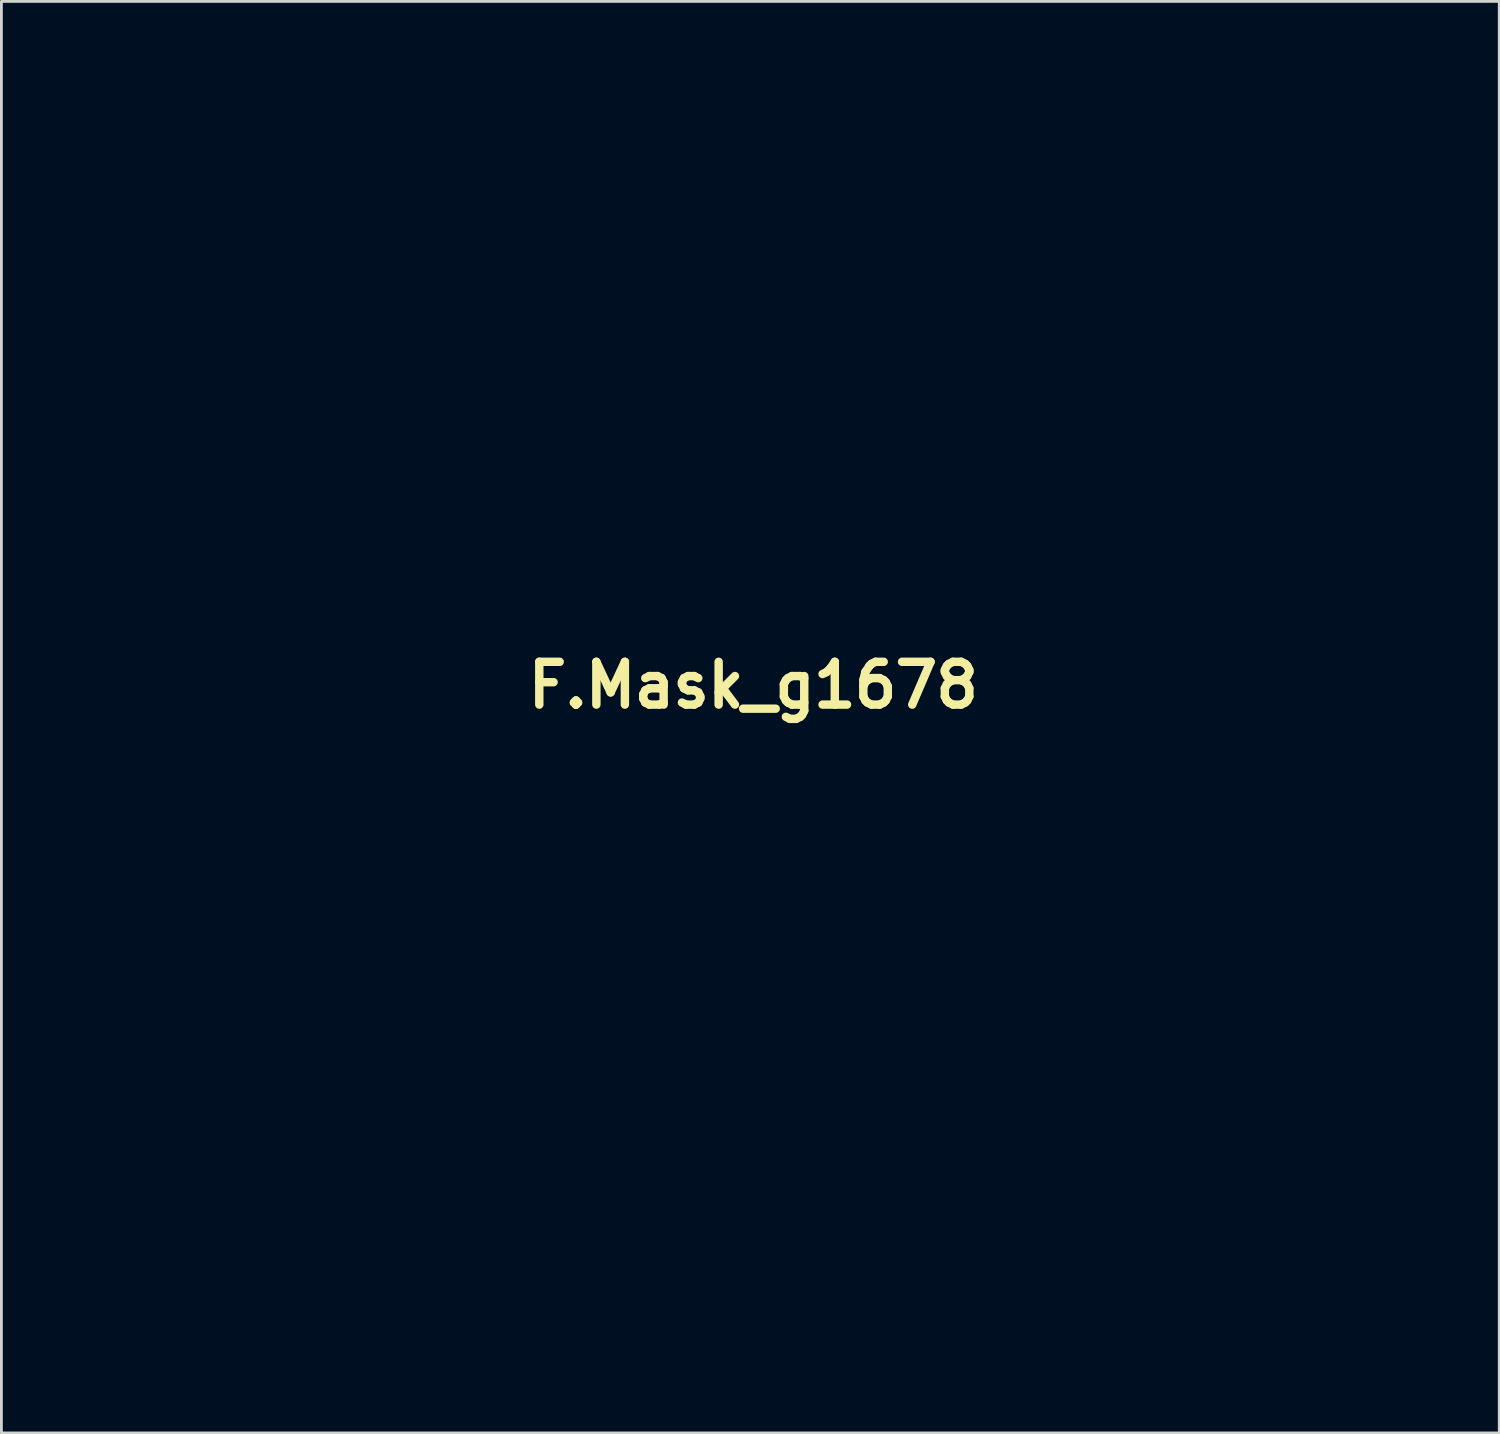
<source format=kicad_pcb>
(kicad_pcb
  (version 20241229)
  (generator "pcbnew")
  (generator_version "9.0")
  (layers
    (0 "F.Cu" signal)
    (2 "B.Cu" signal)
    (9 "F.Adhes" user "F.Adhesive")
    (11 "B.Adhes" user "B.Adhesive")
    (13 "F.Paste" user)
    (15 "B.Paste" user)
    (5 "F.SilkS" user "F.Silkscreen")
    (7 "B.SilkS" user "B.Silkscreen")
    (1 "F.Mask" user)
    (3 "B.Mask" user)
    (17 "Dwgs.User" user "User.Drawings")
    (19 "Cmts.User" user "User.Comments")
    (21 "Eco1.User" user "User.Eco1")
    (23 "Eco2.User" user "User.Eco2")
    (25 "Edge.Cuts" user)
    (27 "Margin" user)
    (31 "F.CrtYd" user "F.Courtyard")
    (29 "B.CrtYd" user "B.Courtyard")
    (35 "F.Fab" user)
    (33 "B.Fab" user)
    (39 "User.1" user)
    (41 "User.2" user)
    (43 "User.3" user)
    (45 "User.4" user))
  (footprint "F.Mask_g1678"
    (layer "F.Cu")
    (at 23.775 21.352)
    (property "Reference" "F.Mask_g1678" (at 0 0 0) (layer "F.SilkS") (effects (font (size 1.524 1.524) (thickness 0.3))))
    (attr through_hole)
    (fp_poly (pts (xy -23.422 -5.334) (xy -23.397 -5.272) (xy -23.375 -5.17) (xy -23.357 -5.03) (xy -23.343 -4.852) (xy -23.333 -4.637) (xy -23.332 -4.614) (xy -23.328 -4.406) (xy -23.33 -4.232) (xy -23.34 -4.088) (xy -23.357 -3.966) (xy -23.383 -3.859) (xy -23.419 -3.762) (xy -23.442 -3.712) (xy -23.486 -3.633) (xy -23.542 -3.551) (xy -23.602 -3.473) (xy -23.66 -3.407) (xy -23.71 -3.362) (xy -23.745 -3.344) (xy -23.745 -3.344) (xy -23.766 -3.362) (xy -23.77 -3.384) (xy -23.763 -3.429) (xy -23.746 -3.491) (xy -23.74 -3.51) (xy -23.716 -3.595) (xy -23.69 -3.72) (xy -23.663 -3.88) (xy -23.636 -4.073) (xy -23.608 -4.295) (xy -23.581 -4.543) (xy -23.569 -4.655) (xy -23.549 -4.854) (xy -23.531 -5.014) (xy -23.515 -5.139) (xy -23.5 -5.232) (xy -23.486 -5.297) (xy -23.472 -5.336) (xy -23.458 -5.353) (xy -23.451 -5.355) (xy -23.422 -5.334)) (stroke (width 0.01) (type solid)) (fill yes) (layer "F.Mask"))
    (fp_poly (pts (xy 4.172 22.967) (xy 4.343 22.982) (xy 4.49 23.009) (xy 4.624 23.049) (xy 4.731 23.094) (xy 4.808 23.135) (xy 4.875 23.181) (xy 4.925 23.224) (xy 4.949 23.258) (xy 4.947 23.275) (xy 4.924 23.283) (xy 4.871 23.287) (xy 4.786 23.285) (xy 4.665 23.279) (xy 4.575 23.273) (xy 4.385 23.268) (xy 4.162 23.276) (xy 3.912 23.297) (xy 3.643 23.329) (xy 3.36 23.371) (xy 3.072 23.424) (xy 2.784 23.485) (xy 2.503 23.553) (xy 2.483 23.559) (xy 2.355 23.592) (xy 2.263 23.612) (xy 2.203 23.62) (xy 2.171 23.616) (xy 2.163 23.602) (xy 2.164 23.596) (xy 2.187 23.567) (xy 2.241 23.524) (xy 2.317 23.47) (xy 2.409 23.41) (xy 2.509 23.349) (xy 2.611 23.293) (xy 2.644 23.275) (xy 2.937 23.143) (xy 3.235 23.049) (xy 3.544 22.99) (xy 3.871 22.964) (xy 3.969 22.963) (xy 4.172 22.967)) (stroke (width 0.01) (type solid)) (fill yes) (layer "F.Mask"))
    (fp_poly (pts (xy 23.54 5.698) (xy 23.558 5.732) (xy 23.558 5.741) (xy 23.549 5.777) (xy 23.521 5.841) (xy 23.481 5.925) (xy 23.431 6.02) (xy 23.419 6.043) (xy 23.204 6.453) (xy 23.022 6.846) (xy 22.869 7.231) (xy 22.743 7.613) (xy 22.643 8.002) (xy 22.564 8.403) (xy 22.521 8.69) (xy 22.494 8.88) (xy 22.468 9.033) (xy 22.442 9.149) (xy 22.417 9.225) (xy 22.394 9.261) (xy 22.394 9.261) (xy 22.373 9.252) (xy 22.348 9.214) (xy 22.34 9.197) (xy 22.312 9.103) (xy 22.291 8.977) (xy 22.276 8.826) (xy 22.269 8.66) (xy 22.27 8.488) (xy 22.278 8.32) (xy 22.295 8.163) (xy 22.3 8.128) (xy 22.351 7.862) (xy 22.419 7.588) (xy 22.502 7.312) (xy 22.596 7.041) (xy 22.7 6.779) (xy 22.812 6.535) (xy 22.928 6.313) (xy 23.046 6.119) (xy 23.163 5.96) (xy 23.193 5.925) (xy 23.283 5.834) (xy 23.366 5.763) (xy 23.44 5.716) (xy 23.499 5.693) (xy 23.54 5.698)) (stroke (width 0.01) (type solid)) (fill yes) (layer "F.Mask"))
    (fp_poly (pts (xy 13.933 -20.453) (xy 13.972 -20.43) (xy 14.043 -20.38) (xy 14.148 -20.304) (xy 14.285 -20.201) (xy 14.455 -20.072) (xy 14.659 -19.916) (xy 14.895 -19.734) (xy 15.164 -19.526) (xy 15.325 -19.401) (xy 15.667 -19.136) (xy 15.978 -18.896) (xy 16.262 -18.679) (xy 16.52 -18.484) (xy 16.754 -18.309) (xy 16.968 -18.151) (xy 17.163 -18.011) (xy 17.342 -17.885) (xy 17.507 -17.772) (xy 17.66 -17.67) (xy 17.764 -17.603) (xy 17.876 -17.528) (xy 17.95 -17.47) (xy 17.985 -17.43) (xy 17.981 -17.406) (xy 17.938 -17.399) (xy 17.857 -17.409) (xy 17.769 -17.428) (xy 17.638 -17.467) (xy 17.479 -17.525) (xy 17.301 -17.599) (xy 17.111 -17.685) (xy 16.917 -17.779) (xy 16.727 -17.878) (xy 16.549 -17.978) (xy 16.508 -18.003) (xy 16.187 -18.208) (xy 15.866 -18.434) (xy 15.548 -18.677) (xy 15.24 -18.932) (xy 14.945 -19.195) (xy 14.668 -19.462) (xy 14.415 -19.729) (xy 14.189 -19.991) (xy 13.995 -20.244) (xy 13.917 -20.357) (xy 13.88 -20.423) (xy 13.874 -20.459) (xy 13.898 -20.465) (xy 13.933 -20.453)) (stroke (width 0.01) (type solid)) (fill yes) (layer "F.Mask"))
    (fp_poly (pts (xy -12.435 -21.266) (xy -12.427 -21.141) (xy -12.45 -21.009) (xy -12.507 -20.86) (xy -12.514 -20.845) (xy -12.605 -20.685) (xy -12.73 -20.512) (xy -12.886 -20.33) (xy -13.068 -20.14) (xy -13.271 -19.948) (xy -13.492 -19.757) (xy -13.726 -19.569) (xy -13.969 -19.389) (xy -14.217 -19.22) (xy -14.465 -19.065) (xy -14.709 -18.929) (xy -14.945 -18.813) (xy -15.06 -18.764) (xy -15.21 -18.709) (xy -15.358 -18.665) (xy -15.499 -18.632) (xy -15.627 -18.611) (xy -15.736 -18.603) (xy -15.819 -18.61) (xy -15.869 -18.631) (xy -15.874 -18.636) (xy -15.889 -18.673) (xy -15.885 -18.692) (xy -15.86 -18.71) (xy -15.806 -18.741) (xy -15.73 -18.78) (xy -15.655 -18.816) (xy -15.478 -18.903) (xy -15.299 -19) (xy -15.114 -19.109) (xy -14.917 -19.233) (xy -14.705 -19.375) (xy -14.473 -19.538) (xy -14.215 -19.726) (xy -14.097 -19.813) (xy -13.848 -20.003) (xy -13.611 -20.188) (xy -13.39 -20.367) (xy -13.188 -20.538) (xy -13.005 -20.698) (xy -12.846 -20.846) (xy -12.713 -20.978) (xy -12.607 -21.093) (xy -12.532 -21.188) (xy -12.494 -21.251) (xy -12.45 -21.347) (xy -12.435 -21.266)) (stroke (width 0.01) (type solid)) (fill yes) (layer "F.Mask"))
    (fp_poly (pts (xy -19.206 3.416) (xy -19.187 3.443) (xy -19.169 3.495) (xy -19.152 3.577) (xy -19.134 3.693) (xy -19.124 3.768) (xy -19.084 3.998) (xy -19.03 4.188) (xy -18.961 4.338) (xy -18.934 4.381) (xy -18.855 4.468) (xy -18.746 4.552) (xy -18.619 4.623) (xy -18.531 4.659) (xy -18.481 4.676) (xy -18.434 4.687) (xy -18.383 4.694) (xy -18.318 4.697) (xy -18.231 4.696) (xy -18.114 4.693) (xy -18.05 4.69) (xy -17.903 4.686) (xy -17.796 4.685) (xy -17.728 4.688) (xy -17.698 4.695) (xy -17.695 4.699) (xy -17.713 4.723) (xy -17.759 4.76) (xy -17.823 4.803) (xy -17.896 4.846) (xy -17.968 4.884) (xy -18.03 4.909) (xy -18.043 4.913) (xy -18.218 4.95) (xy -18.397 4.966) (xy -18.56 4.962) (xy -18.574 4.96) (xy -18.724 4.93) (xy -18.872 4.88) (xy -18.924 4.856) (xy -19.051 4.77) (xy -19.155 4.649) (xy -19.238 4.496) (xy -19.298 4.312) (xy -19.333 4.1) (xy -19.343 3.862) (xy -19.342 3.81) (xy -19.333 3.653) (xy -19.316 3.535) (xy -19.29 3.456) (xy -19.256 3.415) (xy -19.229 3.408) (xy -19.206 3.416)) (stroke (width 0.01) (type solid)) (fill yes) (layer "F.Mask"))
    (fp_poly (pts (xy -0.636 14.153) (xy -0.617 14.168) (xy -0.578 14.226) (xy -0.542 14.325) (xy -0.519 14.422) (xy -0.49 14.483) (xy -0.432 14.56) (xy -0.348 14.645) (xy -0.246 14.733) (xy -0.131 14.818) (xy -0.095 14.842) (xy 0.125 14.969) (xy 0.335 15.056) (xy 0.537 15.103) (xy 0.732 15.111) (xy 0.923 15.08) (xy 0.984 15.061) (xy 1.176 14.984) (xy 1.343 14.886) (xy 1.495 14.761) (xy 1.641 14.603) (xy 1.689 14.542) (xy 1.793 14.411) (xy 1.878 14.31) (xy 1.944 14.242) (xy 1.989 14.207) (xy 2.003 14.203) (xy 2.026 14.221) (xy 2.041 14.261) (xy 2.045 14.353) (xy 2.022 14.471) (xy 1.976 14.61) (xy 1.912 14.753) (xy 1.86 14.854) (xy 1.808 14.936) (xy 1.748 15.013) (xy 1.669 15.098) (xy 1.632 15.135) (xy 1.467 15.281) (xy 1.296 15.395) (xy 1.105 15.486) (xy 1.021 15.518) (xy 0.913 15.546) (xy 0.781 15.564) (xy 0.639 15.572) (xy 0.501 15.57) (xy 0.383 15.556) (xy 0.342 15.547) (xy 0.148 15.473) (xy -0.043 15.365) (xy -0.218 15.23) (xy -0.274 15.177) (xy -0.436 14.991) (xy -0.558 14.796) (xy -0.639 14.594) (xy -0.679 14.386) (xy -0.683 14.322) (xy -0.684 14.226) (xy -0.677 14.169) (xy -0.662 14.146) (xy -0.636 14.153)) (stroke (width 0.01) (type solid)) (fill yes) (layer "F.Mask"))
    (fp_poly (pts (xy 20.671 -1.219) (xy 20.719 -1.191) (xy 20.785 -1.142) (xy 20.862 -1.079) (xy 20.944 -1.005) (xy 20.966 -0.984) (xy 21.091 -0.835) (xy 21.191 -0.653) (xy 21.266 -0.441) (xy 21.315 -0.204) (xy 21.328 -0.088) (xy 21.327 0.081) (xy 21.295 0.242) (xy 21.229 0.402) (xy 21.127 0.564) (xy 20.988 0.734) (xy 20.959 0.764) (xy 20.87 0.854) (xy 20.782 0.923) (xy 20.69 0.976) (xy 20.586 1.013) (xy 20.464 1.038) (xy 20.317 1.052) (xy 20.137 1.057) (xy 20.046 1.057) (xy 19.903 1.056) (xy 19.796 1.051) (xy 19.718 1.043) (xy 19.662 1.032) (xy 19.637 1.023) (xy 19.578 0.988) (xy 19.558 0.951) (xy 19.566 0.929) (xy 19.594 0.909) (xy 19.646 0.888) (xy 19.727 0.865) (xy 19.84 0.839) (xy 19.989 0.809) (xy 20.012 0.804) (xy 20.178 0.766) (xy 20.312 0.721) (xy 20.425 0.662) (xy 20.525 0.587) (xy 20.584 0.531) (xy 20.68 0.429) (xy 20.754 0.338) (xy 20.817 0.243) (xy 20.88 0.128) (xy 20.886 0.116) (xy 20.925 0.036) (xy 20.949 -0.031) (xy 20.963 -0.103) (xy 20.97 -0.195) (xy 20.972 -0.222) (xy 20.972 -0.332) (xy 20.961 -0.438) (xy 20.935 -0.548) (xy 20.894 -0.669) (xy 20.834 -0.809) (xy 20.753 -0.976) (xy 20.709 -1.066) (xy 20.674 -1.143) (xy 20.652 -1.197) (xy 20.646 -1.222) (xy 20.646 -1.222) (xy 20.671 -1.219)) (stroke (width 0.01) (type solid)) (fill yes) (layer "F.Mask"))
    (fp_poly (pts (xy -16.158 -4.116) (xy -16.079 -4.1) (xy -16.078 -4.1) (xy -15.958 -4.045) (xy -15.822 -3.96) (xy -15.679 -3.85) (xy -15.536 -3.723) (xy -15.398 -3.583) (xy -15.274 -3.438) (xy -15.201 -3.338) (xy -15.109 -3.192) (xy -15.028 -3.04) (xy -14.962 -2.892) (xy -14.917 -2.759) (xy -14.903 -2.7) (xy -14.89 -2.591) (xy -14.881 -2.448) (xy -14.878 -2.279) (xy -14.879 -2.09) (xy -14.885 -1.891) (xy -14.895 -1.689) (xy -14.909 -1.491) (xy -14.927 -1.305) (xy -14.949 -1.14) (xy -14.956 -1.09) (xy -14.988 -0.921) (xy -15.029 -0.737) (xy -15.075 -0.546) (xy -15.126 -0.357) (xy -15.179 -0.178) (xy -15.231 -0.017) (xy -15.28 0.118) (xy -15.32 0.21) (xy -15.383 0.316) (xy -15.473 0.436) (xy -15.579 0.559) (xy -15.692 0.674) (xy -15.804 0.771) (xy -15.859 0.811) (xy -15.981 0.872) (xy -16.135 0.912) (xy -16.315 0.931) (xy -16.514 0.927) (xy -16.727 0.902) (xy -16.751 0.897) (xy -16.939 0.844) (xy -17.125 0.753) (xy -17.305 0.63) (xy -17.473 0.482) (xy -17.622 0.312) (xy -17.749 0.126) (xy -17.846 -0.07) (xy -17.885 -0.179) (xy -17.944 -0.423) (xy -17.983 -0.698) (xy -18.001 -1.006) (xy -17.998 -1.347) (xy -17.975 -1.723) (xy -17.932 -2.135) (xy -17.927 -2.173) (xy -17.878 -2.51) (xy -17.819 -2.809) (xy -17.749 -3.07) (xy -17.668 -3.297) (xy -17.573 -3.491) (xy -17.464 -3.655) (xy -17.338 -3.791) (xy -17.195 -3.902) (xy -17.034 -3.989) (xy -16.852 -4.055) (xy -16.785 -4.073) (xy -16.666 -4.096) (xy -16.533 -4.113) (xy -16.397 -4.122) (xy -16.268 -4.123) (xy -16.158 -4.116)) (stroke (width 0.01) (type solid)) (fill yes) (layer "F.Mask"))
    (fp_poly (pts (xy 13.908 8.705) (xy 13.948 8.761) (xy 13.995 8.842) (xy 14.046 8.942) (xy 14.096 9.053) (xy 14.142 9.168) (xy 14.163 9.229) (xy 14.192 9.316) (xy 14.211 9.39) (xy 14.224 9.464) (xy 14.233 9.55) (xy 14.238 9.659) (xy 14.241 9.729) (xy 14.243 9.884) (xy 14.238 10.009) (xy 14.222 10.116) (xy 14.193 10.218) (xy 14.148 10.327) (xy 14.085 10.456) (xy 14.079 10.467) (xy 14.026 10.563) (xy 13.969 10.648) (xy 13.9 10.733) (xy 13.81 10.829) (xy 13.78 10.86) (xy 13.688 10.951) (xy 13.613 11.018) (xy 13.543 11.07) (xy 13.468 11.116) (xy 13.377 11.162) (xy 13.27 11.211) (xy 13.155 11.256) (xy 13.048 11.292) (xy 13.009 11.303) (xy 12.864 11.33) (xy 12.702 11.343) (xy 12.537 11.343) (xy 12.384 11.33) (xy 12.266 11.306) (xy 12.118 11.256) (xy 11.971 11.189) (xy 11.817 11.103) (xy 11.652 10.992) (xy 11.469 10.855) (xy 11.361 10.768) (xy 11.261 10.684) (xy 11.194 10.623) (xy 11.159 10.584) (xy 11.154 10.565) (xy 11.164 10.562) (xy 11.186 10.569) (xy 11.24 10.587) (xy 11.317 10.615) (xy 11.411 10.648) (xy 11.412 10.649) (xy 11.601 10.715) (xy 11.758 10.766) (xy 11.892 10.805) (xy 12.011 10.831) (xy 12.122 10.848) (xy 12.235 10.857) (xy 12.356 10.86) (xy 12.379 10.86) (xy 12.628 10.842) (xy 12.859 10.786) (xy 13.073 10.693) (xy 13.275 10.561) (xy 13.452 10.404) (xy 13.623 10.209) (xy 13.753 10.003) (xy 13.843 9.786) (xy 13.893 9.555) (xy 13.904 9.309) (xy 13.876 9.047) (xy 13.875 9.038) (xy 13.852 8.891) (xy 13.843 8.783) (xy 13.848 8.714) (xy 13.866 8.683) (xy 13.879 8.682) (xy 13.908 8.705)) (stroke (width 0.01) (type solid)) (fill yes) (layer "F.Mask"))
    (fp_poly (pts (xy -3.737 -6.414) (xy -3.478 -6.381) (xy -3.253 -6.329) (xy -3.059 -6.259) (xy -2.895 -6.169) (xy -2.758 -6.06) (xy -2.733 -6.035) (xy -2.622 -5.901) (xy -2.511 -5.734) (xy -2.406 -5.547) (xy -2.313 -5.348) (xy -2.238 -5.148) (xy -2.197 -5.009) (xy -2.176 -4.919) (xy -2.167 -4.851) (xy -2.168 -4.788) (xy -2.179 -4.712) (xy -2.181 -4.702) (xy -2.254 -4.42) (xy -2.366 -4.148) (xy -2.514 -3.888) (xy -2.695 -3.643) (xy -2.906 -3.418) (xy -3.144 -3.214) (xy -3.405 -3.036) (xy -3.688 -2.886) (xy -3.97 -2.775) (xy -4.113 -2.732) (xy -4.264 -2.697) (xy -4.431 -2.669) (xy -4.622 -2.646) (xy -4.846 -2.627) (xy -4.879 -2.624) (xy -4.995 -2.618) (xy -5.138 -2.612) (xy -5.304 -2.606) (xy -5.485 -2.602) (xy -5.678 -2.598) (xy -5.874 -2.595) (xy -6.07 -2.593) (xy -6.259 -2.592) (xy -6.435 -2.591) (xy -6.593 -2.592) (xy -6.727 -2.594) (xy -6.831 -2.598) (xy -6.899 -2.602) (xy -6.905 -2.603) (xy -7.113 -2.647) (xy -7.334 -2.727) (xy -7.56 -2.841) (xy -7.763 -2.969) (xy -7.894 -3.067) (xy -7.994 -3.164) (xy -8.074 -3.269) (xy -8.129 -3.367) (xy -8.19 -3.501) (xy -8.233 -3.634) (xy -8.262 -3.776) (xy -8.278 -3.937) (xy -8.284 -4.129) (xy -8.284 -4.138) (xy -8.281 -4.313) (xy -8.271 -4.458) (xy -8.25 -4.585) (xy -8.216 -4.706) (xy -8.167 -4.834) (xy -8.118 -4.942) (xy -7.99 -5.171) (xy -7.832 -5.376) (xy -7.641 -5.56) (xy -7.415 -5.725) (xy -7.152 -5.873) (xy -7.085 -5.906) (xy -6.841 -6.007) (xy -6.561 -6.1) (xy -6.25 -6.183) (xy -5.913 -6.256) (xy -5.557 -6.318) (xy -5.185 -6.368) (xy -4.804 -6.404) (xy -4.419 -6.426) (xy -4.36 -6.428) (xy -4.03 -6.43) (xy -3.737 -6.414)) (stroke (width 0.01) (type solid)) (fill yes) (layer "F.Mask"))
    (fp_poly (pts (xy -11.537 9.214) (xy -11.523 9.243) (xy -11.517 9.3) (xy -11.519 9.389) (xy -11.528 9.513) (xy -11.545 9.675) (xy -11.55 9.716) (xy -11.569 9.983) (xy -11.564 10.225) (xy -11.531 10.452) (xy -11.472 10.673) (xy -11.47 10.679) (xy -11.361 10.938) (xy -11.216 11.183) (xy -11.038 11.408) (xy -10.831 11.61) (xy -10.6 11.786) (xy -10.349 11.931) (xy -10.081 12.043) (xy -9.921 12.09) (xy -9.842 12.108) (xy -9.769 12.12) (xy -9.691 12.126) (xy -9.595 12.127) (xy -9.47 12.123) (xy -9.452 12.123) (xy -9.285 12.113) (xy -9.133 12.094) (xy -8.989 12.065) (xy -8.847 12.022) (xy -8.697 11.963) (xy -8.534 11.886) (xy -8.35 11.788) (xy -8.2 11.703) (xy -8.104 11.65) (xy -8.021 11.607) (xy -7.957 11.579) (xy -7.92 11.567) (xy -7.915 11.568) (xy -7.899 11.601) (xy -7.908 11.66) (xy -7.939 11.737) (xy -7.99 11.826) (xy -7.991 11.827) (xy -8.088 11.951) (xy -8.214 12.081) (xy -8.364 12.212) (xy -8.528 12.339) (xy -8.701 12.456) (xy -8.876 12.561) (xy -9.045 12.646) (xy -9.201 12.708) (xy -9.335 12.742) (xy -9.436 12.753) (xy -9.566 12.759) (xy -9.712 12.761) (xy -9.861 12.759) (xy -10.003 12.753) (xy -10.126 12.743) (xy -10.21 12.731) (xy -10.49 12.657) (xy -10.749 12.552) (xy -10.993 12.41) (xy -11.17 12.28) (xy -11.408 12.069) (xy -11.605 11.854) (xy -11.763 11.632) (xy -11.884 11.4) (xy -11.968 11.158) (xy -11.979 11.113) (xy -12.008 10.945) (xy -12.021 10.754) (xy -12.019 10.554) (xy -12.002 10.363) (xy -11.989 10.284) (xy -11.963 10.165) (xy -11.926 10.031) (xy -11.881 9.888) (xy -11.831 9.743) (xy -11.778 9.603) (xy -11.726 9.475) (xy -11.676 9.367) (xy -11.632 9.284) (xy -11.595 9.235) (xy -11.591 9.23) (xy -11.56 9.211) (xy -11.537 9.214)) (stroke (width 0.01) (type solid)) (fill yes) (layer "F.Mask"))
    (fp_poly (pts (xy 15.837 -8.314) (xy 15.973 -8.307) (xy 16.09 -8.293) (xy 16.193 -8.271) (xy 16.291 -8.241) (xy 16.388 -8.202) (xy 16.623 -8.084) (xy 16.842 -7.936) (xy 17.047 -7.758) (xy 17.24 -7.549) (xy 17.42 -7.308) (xy 17.589 -7.032) (xy 17.747 -6.721) (xy 17.896 -6.373) (xy 18.035 -5.987) (xy 18.166 -5.562) (xy 18.278 -5.144) (xy 18.379 -4.716) (xy 18.457 -4.323) (xy 18.512 -3.965) (xy 18.545 -3.641) (xy 18.555 -3.349) (xy 18.543 -3.089) (xy 18.509 -2.86) (xy 18.452 -2.661) (xy 18.372 -2.492) (xy 18.359 -2.471) (xy 18.274 -2.357) (xy 18.156 -2.235) (xy 18.013 -2.109) (xy 17.853 -1.985) (xy 17.683 -1.868) (xy 17.51 -1.764) (xy 17.343 -1.679) (xy 17.217 -1.628) (xy 17.103 -1.599) (xy 16.962 -1.581) (xy 16.808 -1.573) (xy 16.655 -1.577) (xy 16.517 -1.592) (xy 16.478 -1.6) (xy 16.244 -1.666) (xy 15.998 -1.762) (xy 15.75 -1.881) (xy 15.514 -2.018) (xy 15.346 -2.133) (xy 15.202 -2.25) (xy 15.05 -2.392) (xy 14.9 -2.549) (xy 14.766 -2.707) (xy 14.671 -2.834) (xy 14.538 -3.05) (xy 14.415 -3.291) (xy 14.308 -3.541) (xy 14.238 -3.747) (xy 14.164 -4.013) (xy 14.093 -4.309) (xy 14.026 -4.624) (xy 13.965 -4.952) (xy 13.912 -5.284) (xy 13.866 -5.61) (xy 13.831 -5.924) (xy 13.807 -6.216) (xy 13.795 -6.479) (xy 13.794 -6.53) (xy 13.794 -6.69) (xy 13.798 -6.818) (xy 13.81 -6.926) (xy 13.832 -7.023) (xy 13.864 -7.122) (xy 13.91 -7.232) (xy 13.952 -7.324) (xy 14.059 -7.535) (xy 14.162 -7.71) (xy 14.269 -7.854) (xy 14.382 -7.972) (xy 14.506 -8.07) (xy 14.646 -8.153) (xy 14.677 -8.168) (xy 14.764 -8.209) (xy 14.841 -8.241) (xy 14.915 -8.265) (xy 14.995 -8.282) (xy 15.087 -8.294) (xy 15.201 -8.302) (xy 15.343 -8.308) (xy 15.473 -8.312) (xy 15.672 -8.316) (xy 15.837 -8.314)) (stroke (width 0.01) (type solid)) (fill yes) (layer "F.Mask"))
    (fp_poly (pts (xy 22.764 -4.325) (xy 22.778 -4.304) (xy 22.794 -4.258) (xy 22.814 -4.183) (xy 22.838 -4.074) (xy 22.867 -3.929) (xy 22.872 -3.905) (xy 22.931 -3.578) (xy 22.982 -3.248) (xy 23.024 -2.908) (xy 23.059 -2.554) (xy 23.086 -2.18) (xy 23.107 -1.78) (xy 23.121 -1.349) (xy 23.129 -0.953) (xy 23.132 -0.476) (xy 23.13 -0.034) (xy 23.121 0.381) (xy 23.105 0.777) (xy 23.081 1.16) (xy 23.048 1.538) (xy 23.008 1.919) (xy 22.958 2.311) (xy 22.898 2.719) (xy 22.881 2.826) (xy 22.857 2.984) (xy 22.833 3.14) (xy 22.812 3.285) (xy 22.793 3.411) (xy 22.78 3.51) (xy 22.774 3.552) (xy 22.763 3.677) (xy 22.754 3.824) (xy 22.749 3.98) (xy 22.747 4.135) (xy 22.75 4.278) (xy 22.756 4.398) (xy 22.762 4.461) (xy 22.77 4.543) (xy 22.762 4.587) (xy 22.736 4.592) (xy 22.691 4.561) (xy 22.652 4.523) (xy 22.611 4.475) (xy 22.582 4.422) (xy 22.562 4.358) (xy 22.55 4.274) (xy 22.544 4.162) (xy 22.543 4.032) (xy 22.543 3.968) (xy 22.545 3.901) (xy 22.549 3.828) (xy 22.554 3.745) (xy 22.562 3.65) (xy 22.573 3.538) (xy 22.587 3.405) (xy 22.604 3.25) (xy 22.625 3.068) (xy 22.65 2.856) (xy 22.679 2.61) (xy 22.713 2.327) (xy 22.731 2.18) (xy 22.773 1.827) (xy 22.808 1.508) (xy 22.837 1.215) (xy 22.861 0.939) (xy 22.879 0.674) (xy 22.892 0.412) (xy 22.902 0.144) (xy 22.907 -0.138) (xy 22.91 -0.441) (xy 22.91 -0.603) (xy 22.91 -0.841) (xy 22.908 -1.055) (xy 22.905 -1.254) (xy 22.901 -1.442) (xy 22.894 -1.628) (xy 22.886 -1.818) (xy 22.875 -2.018) (xy 22.861 -2.236) (xy 22.844 -2.477) (xy 22.823 -2.749) (xy 22.807 -2.964) (xy 22.784 -3.27) (xy 22.765 -3.538) (xy 22.751 -3.769) (xy 22.742 -3.96) (xy 22.737 -4.112) (xy 22.736 -4.225) (xy 22.741 -4.296) (xy 22.749 -4.326) (xy 22.75 -4.326) (xy 22.764 -4.325)) (stroke (width 0.01) (type solid)) (fill yes) (layer "F.Mask"))
    (fp_poly (pts (xy 1.528 6.785) (xy 1.766 6.789) (xy 1.998 6.796) (xy 2.218 6.806) (xy 2.42 6.817) (xy 2.597 6.83) (xy 2.744 6.845) (xy 2.847 6.86) (xy 2.955 6.891) (xy 3.085 6.947) (xy 3.23 7.021) (xy 3.382 7.11) (xy 3.531 7.207) (xy 3.67 7.31) (xy 3.79 7.411) (xy 3.832 7.451) (xy 3.968 7.616) (xy 4.077 7.809) (xy 4.156 8.025) (xy 4.207 8.258) (xy 4.227 8.505) (xy 4.218 8.761) (xy 4.179 9.022) (xy 4.109 9.283) (xy 4.009 9.54) (xy 3.981 9.599) (xy 3.861 9.814) (xy 3.719 10.011) (xy 3.553 10.192) (xy 3.362 10.356) (xy 3.144 10.506) (xy 2.898 10.641) (xy 2.621 10.762) (xy 2.312 10.871) (xy 1.969 10.967) (xy 1.59 11.053) (xy 1.174 11.128) (xy 0.719 11.194) (xy 0.519 11.219) (xy 0.398 11.231) (xy 0.249 11.242) (xy 0.081 11.252) (xy -0.101 11.26) (xy -0.287 11.268) (xy -0.472 11.273) (xy -0.647 11.276) (xy -0.805 11.277) (xy -0.938 11.276) (xy -1.04 11.272) (xy -1.069 11.269) (xy -1.192 11.254) (xy -1.33 11.232) (xy -1.469 11.207) (xy -1.595 11.181) (xy -1.696 11.156) (xy -1.714 11.15) (xy -1.893 11.083) (xy -2.055 10.996) (xy -2.202 10.886) (xy -2.338 10.748) (xy -2.467 10.58) (xy -2.593 10.377) (xy -2.712 10.149) (xy -2.788 9.985) (xy -2.841 9.841) (xy -2.876 9.705) (xy -2.893 9.566) (xy -2.896 9.408) (xy -2.894 9.324) (xy -2.884 9.178) (xy -2.866 9.053) (xy -2.837 8.936) (xy -2.792 8.815) (xy -2.729 8.676) (xy -2.7 8.616) (xy -2.535 8.329) (xy -2.339 8.056) (xy -2.117 7.802) (xy -1.875 7.575) (xy -1.618 7.38) (xy -1.435 7.268) (xy -1.223 7.162) (xy -0.991 7.07) (xy -0.734 6.991) (xy -0.448 6.924) (xy -0.131 6.868) (xy 0.224 6.822) (xy 0.318 6.811) (xy 0.463 6.8) (xy 0.639 6.791) (xy 0.839 6.786) (xy 1.058 6.783) (xy 1.29 6.782) (xy 1.528 6.785)) (stroke (width 0.01) (type solid)) (fill yes) (layer "F.Mask"))
    (fp_poly (pts (xy 20.165 10.703) (xy 20.162 10.736) (xy 20.143 10.789) (xy 20.133 10.809) (xy 20.092 10.881) (xy 20.026 10.983) (xy 19.937 11.112) (xy 19.828 11.266) (xy 19.7 11.443) (xy 19.556 11.64) (xy 19.397 11.854) (xy 19.225 12.082) (xy 19.043 12.322) (xy 18.853 12.571) (xy 18.656 12.827) (xy 18.454 13.086) (xy 18.25 13.348) (xy 18.046 13.607) (xy 17.843 13.863) (xy 17.643 14.112) (xy 17.449 14.352) (xy 17.263 14.58) (xy 17.138 14.732) (xy 16.996 14.898) (xy 16.836 15.078) (xy 16.663 15.265) (xy 16.484 15.454) (xy 16.303 15.64) (xy 16.126 15.816) (xy 15.958 15.978) (xy 15.804 16.119) (xy 15.671 16.235) (xy 15.642 16.259) (xy 15.2 16.612) (xy 14.752 16.957) (xy 14.305 17.29) (xy 13.86 17.609) (xy 13.423 17.912) (xy 12.996 18.196) (xy 12.585 18.459) (xy 12.192 18.696) (xy 11.822 18.907) (xy 11.629 19.011) (xy 11.497 19.078) (xy 11.398 19.123) (xy 11.328 19.148) (xy 11.284 19.153) (xy 11.263 19.14) (xy 11.261 19.125) (xy 11.28 19.087) (xy 11.336 19.034) (xy 11.427 18.966) (xy 11.551 18.885) (xy 11.705 18.794) (xy 11.857 18.704) (xy 12.037 18.591) (xy 12.242 18.459) (xy 12.468 18.309) (xy 12.709 18.146) (xy 12.961 17.972) (xy 13.22 17.79) (xy 13.482 17.604) (xy 13.742 17.417) (xy 13.995 17.232) (xy 14.238 17.051) (xy 14.466 16.878) (xy 14.674 16.717) (xy 14.785 16.629) (xy 15.188 16.294) (xy 15.602 15.927) (xy 16.021 15.533) (xy 16.439 15.12) (xy 16.85 14.692) (xy 17.247 14.257) (xy 17.57 13.885) (xy 17.702 13.728) (xy 17.834 13.57) (xy 17.969 13.405) (xy 18.111 13.23) (xy 18.263 13.04) (xy 18.427 12.832) (xy 18.608 12.602) (xy 18.809 12.344) (xy 18.969 12.139) (xy 19.181 11.867) (xy 19.368 11.628) (xy 19.532 11.419) (xy 19.675 11.24) (xy 19.796 11.089) (xy 19.898 10.965) (xy 19.982 10.867) (xy 20.049 10.792) (xy 20.099 10.74) (xy 20.135 10.709) (xy 20.156 10.698) (xy 20.165 10.703)) (stroke (width 0.01) (type solid)) (fill yes) (layer "F.Mask"))
    (fp_poly (pts (xy -19.961 9.973) (xy -19.87 9.98) (xy -19.787 9.992) (xy -19.737 10.002) (xy -19.65 10.028) (xy -19.569 10.06) (xy -19.491 10.102) (xy -19.413 10.156) (xy -19.334 10.224) (xy -19.25 10.31) (xy -19.16 10.415) (xy -19.061 10.544) (xy -18.951 10.697) (xy -18.827 10.878) (xy -18.687 11.09) (xy -18.529 11.334) (xy -18.479 11.413) (xy -18.05 12.056) (xy -17.584 12.7) (xy -17.086 13.341) (xy -16.559 13.974) (xy -16.008 14.593) (xy -15.438 15.193) (xy -14.854 15.77) (xy -14.259 16.317) (xy -13.998 16.544) (xy -13.872 16.654) (xy -13.745 16.766) (xy -13.625 16.873) (xy -13.519 16.971) (xy -13.434 17.051) (xy -13.391 17.093) (xy -13.175 17.337) (xy -12.987 17.599) (xy -12.833 17.873) (xy -12.716 18.152) (xy -12.702 18.193) (xy -12.669 18.311) (xy -12.637 18.449) (xy -12.609 18.596) (xy -12.588 18.736) (xy -12.575 18.858) (xy -12.573 18.919) (xy -12.579 18.981) (xy -12.594 19.017) (xy -12.614 19.021) (xy -12.625 19.009) (xy -12.636 18.983) (xy -12.657 18.923) (xy -12.688 18.837) (xy -12.724 18.731) (xy -12.765 18.611) (xy -12.877 18.304) (xy -13 18.019) (xy -13.13 17.759) (xy -13.267 17.528) (xy -13.408 17.329) (xy -13.551 17.164) (xy -13.695 17.038) (xy -13.734 17.01) (xy -13.842 16.933) (xy -13.977 16.828) (xy -14.133 16.698) (xy -14.309 16.547) (xy -14.5 16.378) (xy -14.704 16.195) (xy -14.917 15.999) (xy -15.135 15.794) (xy -15.356 15.584) (xy -15.576 15.372) (xy -15.791 15.161) (xy -15.998 14.953) (xy -16.194 14.752) (xy -16.376 14.562) (xy -16.54 14.385) (xy -16.619 14.298) (xy -17.039 13.812) (xy -17.427 13.332) (xy -17.789 12.849) (xy -18.134 12.354) (xy -18.468 11.836) (xy -18.689 11.472) (xy -18.829 11.237) (xy -18.951 11.035) (xy -19.055 10.865) (xy -19.146 10.722) (xy -19.224 10.605) (xy -19.291 10.509) (xy -19.351 10.433) (xy -19.404 10.373) (xy -19.453 10.326) (xy -19.501 10.289) (xy -19.548 10.26) (xy -19.564 10.252) (xy -19.61 10.231) (xy -19.682 10.201) (xy -19.772 10.165) (xy -19.87 10.126) (xy -19.967 10.089) (xy -20.057 10.055) (xy -20.129 10.029) (xy -20.175 10.014) (xy -20.186 10.012) (xy -20.193 9.995) (xy -20.193 9.991) (xy -20.174 9.979) (xy -20.122 9.972) (xy -20.048 9.97) (xy -19.961 9.973)) (stroke (width 0.01) (type solid)) (fill yes) (layer "F.Mask"))
    (fp_poly (pts (xy 0.622 -20.615) (xy 0.895 -20.611) (xy 1.15 -20.604) (xy 1.382 -20.595) (xy 1.386 -20.595) (xy 1.713 -20.571) (xy 2.03 -20.532) (xy 2.332 -20.479) (xy 2.615 -20.414) (xy 2.876 -20.337) (xy 3.109 -20.25) (xy 3.311 -20.154) (xy 3.479 -20.049) (xy 3.564 -19.98) (xy 3.68 -19.857) (xy 3.797 -19.699) (xy 3.912 -19.515) (xy 4.021 -19.312) (xy 4.121 -19.098) (xy 4.208 -18.881) (xy 4.279 -18.669) (xy 4.329 -18.468) (xy 4.352 -18.318) (xy 4.35 -18.146) (xy 4.312 -17.958) (xy 4.239 -17.755) (xy 4.133 -17.541) (xy 3.995 -17.318) (xy 3.827 -17.089) (xy 3.63 -16.856) (xy 3.405 -16.622) (xy 3.405 -16.622) (xy 3.109 -16.354) (xy 2.8 -16.118) (xy 2.473 -15.912) (xy 2.128 -15.736) (xy 1.76 -15.588) (xy 1.367 -15.468) (xy 0.947 -15.374) (xy 0.497 -15.305) (xy 0.042 -15.262) (xy -0.08 -15.255) (xy -0.237 -15.25) (xy -0.421 -15.247) (xy -0.625 -15.245) (xy -0.839 -15.244) (xy -1.057 -15.245) (xy -1.271 -15.247) (xy -1.474 -15.25) (xy -1.657 -15.255) (xy -1.812 -15.261) (xy -1.836 -15.263) (xy -2.012 -15.274) (xy -2.214 -15.289) (xy -2.435 -15.307) (xy -2.667 -15.327) (xy -2.904 -15.35) (xy -3.139 -15.373) (xy -3.366 -15.397) (xy -3.578 -15.421) (xy -3.767 -15.445) (xy -3.928 -15.466) (xy -4.053 -15.485) (xy -4.253 -15.528) (xy -4.444 -15.586) (xy -4.634 -15.664) (xy -4.83 -15.764) (xy -5.039 -15.89) (xy -5.267 -16.046) (xy -5.279 -16.054) (xy -5.485 -16.217) (xy -5.652 -16.385) (xy -5.784 -16.565) (xy -5.886 -16.761) (xy -5.96 -16.979) (xy -5.962 -16.986) (xy -5.984 -17.105) (xy -5.997 -17.253) (xy -6.003 -17.418) (xy -6 -17.59) (xy -5.99 -17.757) (xy -5.971 -17.905) (xy -5.953 -17.995) (xy -5.853 -18.308) (xy -5.715 -18.607) (xy -5.54 -18.889) (xy -5.331 -19.153) (xy -5.091 -19.397) (xy -4.821 -19.617) (xy -4.523 -19.813) (xy -4.2 -19.982) (xy -3.854 -20.122) (xy -3.775 -20.148) (xy -3.559 -20.213) (xy -3.309 -20.278) (xy -3.033 -20.341) (xy -2.74 -20.401) (xy -2.439 -20.457) (xy -2.136 -20.505) (xy -1.873 -20.542) (xy -1.724 -20.557) (xy -1.539 -20.571) (xy -1.322 -20.583) (xy -1.078 -20.594) (xy -0.815 -20.603) (xy -0.536 -20.609) (xy -0.247 -20.614) (xy 0.045 -20.617) (xy 0.337 -20.617) (xy 0.622 -20.615)) (stroke (width 0.01) (type solid)) (fill yes) (layer "F.Mask"))
    (fp_poly (pts (xy -22.304 -1.81) (xy -22.242 -1.774) (xy -22.18 -1.707) (xy -22.125 -1.619) (xy -22.087 -1.529) (xy -22.078 -1.495) (xy -22.07 -1.453) (xy -22.063 -1.401) (xy -22.058 -1.333) (xy -22.053 -1.247) (xy -22.048 -1.137) (xy -22.044 -1) (xy -22.04 -0.831) (xy -22.036 -0.627) (xy -22.034 -0.476) (xy -22.03 -0.278) (xy -22.026 -0.09) (xy -22.022 0.083) (xy -22.018 0.237) (xy -22.014 0.366) (xy -22.01 0.465) (xy -22.007 0.53) (xy -22.005 0.55) (xy -21.998 0.608) (xy -21.987 0.695) (xy -21.974 0.803) (xy -21.961 0.917) (xy -21.959 0.931) (xy -21.916 1.263) (xy -21.862 1.605) (xy -21.797 1.959) (xy -21.72 2.33) (xy -21.629 2.721) (xy -21.525 3.136) (xy -21.406 3.579) (xy -21.272 4.052) (xy -21.121 4.561) (xy -21.111 4.593) (xy -21.037 4.839) (xy -20.975 5.049) (xy -20.925 5.228) (xy -20.884 5.38) (xy -20.853 5.51) (xy -20.83 5.622) (xy -20.814 5.721) (xy -20.804 5.811) (xy -20.799 5.897) (xy -20.798 5.948) (xy -20.798 6.055) (xy -20.801 6.131) (xy -20.808 6.187) (xy -20.822 6.234) (xy -20.845 6.284) (xy -20.86 6.313) (xy -20.92 6.418) (xy -21.002 6.543) (xy -21.098 6.68) (xy -21.201 6.817) (xy -21.304 6.944) (xy -21.335 6.981) (xy -21.414 7.069) (xy -21.471 7.125) (xy -21.507 7.15) (xy -21.524 7.145) (xy -21.526 7.131) (xy -21.515 7.105) (xy -21.484 7.05) (xy -21.437 6.975) (xy -21.379 6.885) (xy -21.348 6.838) (xy -21.232 6.659) (xy -21.143 6.504) (xy -21.077 6.364) (xy -21.034 6.234) (xy -21.009 6.106) (xy -21.001 5.973) (xy -21.004 5.863) (xy -21.009 5.795) (xy -21.016 5.729) (xy -21.026 5.662) (xy -21.041 5.588) (xy -21.061 5.503) (xy -21.089 5.403) (xy -21.124 5.283) (xy -21.169 5.139) (xy -21.224 4.967) (xy -21.291 4.761) (xy -21.336 4.625) (xy -21.455 4.26) (xy -21.56 3.929) (xy -21.653 3.628) (xy -21.735 3.352) (xy -21.807 3.096) (xy -21.871 2.855) (xy -21.928 2.623) (xy -21.978 2.397) (xy -22.025 2.17) (xy -22.067 1.939) (xy -22.108 1.698) (xy -22.13 1.556) (xy -22.151 1.408) (xy -22.169 1.25) (xy -22.184 1.079) (xy -22.196 0.89) (xy -22.206 0.68) (xy -22.214 0.444) (xy -22.219 0.179) (xy -22.222 -0.12) (xy -22.224 -0.456) (xy -22.224 -0.55) (xy -22.225 -0.791) (xy -22.226 -0.994) (xy -22.229 -1.162) (xy -22.233 -1.299) (xy -22.239 -1.408) (xy -22.248 -1.495) (xy -22.259 -1.561) (xy -22.272 -1.612) (xy -22.289 -1.65) (xy -22.309 -1.681) (xy -22.322 -1.696) (xy -22.359 -1.747) (xy -22.366 -1.788) (xy -22.346 -1.812) (xy -22.304 -1.81)) (stroke (width 0.01) (type solid)) (fill yes) (layer "F.Mask"))
    (fp_poly (pts (xy 18.305 8.443) (xy 18.344 8.489) (xy 18.394 8.562) (xy 18.451 8.658) (xy 18.514 8.769) (xy 18.578 8.891) (xy 18.641 9.019) (xy 18.7 9.145) (xy 18.751 9.265) (xy 18.792 9.374) (xy 18.799 9.394) (xy 18.832 9.499) (xy 18.852 9.584) (xy 18.863 9.667) (xy 18.866 9.767) (xy 18.867 9.821) (xy 18.851 10.037) (xy 18.809 10.267) (xy 18.742 10.503) (xy 18.654 10.741) (xy 18.547 10.976) (xy 18.425 11.2) (xy 18.29 11.41) (xy 18.146 11.598) (xy 17.996 11.76) (xy 17.843 11.89) (xy 17.724 11.965) (xy 17.599 12.021) (xy 17.439 12.08) (xy 17.247 12.139) (xy 17.03 12.198) (xy 16.793 12.253) (xy 16.792 12.253) (xy 16.668 12.28) (xy 16.579 12.299) (xy 16.519 12.311) (xy 16.481 12.316) (xy 16.459 12.316) (xy 16.447 12.311) (xy 16.44 12.305) (xy 16.448 12.285) (xy 16.481 12.242) (xy 16.533 12.182) (xy 16.596 12.114) (xy 16.694 12.007) (xy 16.764 11.917) (xy 16.809 11.836) (xy 16.835 11.753) (xy 16.847 11.659) (xy 16.848 11.599) (xy 16.843 11.517) (xy 17.314 11.517) (xy 17.316 11.572) (xy 17.322 11.606) (xy 17.333 11.628) (xy 17.35 11.643) (xy 17.359 11.649) (xy 17.401 11.675) (xy 17.428 11.684) (xy 17.45 11.67) (xy 17.493 11.631) (xy 17.551 11.576) (xy 17.583 11.543) (xy 17.703 11.404) (xy 17.828 11.233) (xy 17.953 11.039) (xy 18.074 10.829) (xy 18.184 10.613) (xy 18.28 10.399) (xy 18.354 10.202) (xy 18.39 10.077) (xy 18.416 9.95) (xy 18.432 9.829) (xy 18.436 9.723) (xy 18.428 9.644) (xy 18.417 9.613) (xy 18.377 9.574) (xy 18.321 9.569) (xy 18.251 9.597) (xy 18.17 9.653) (xy 18.08 9.734) (xy 17.984 9.839) (xy 17.885 9.963) (xy 17.785 10.103) (xy 17.687 10.256) (xy 17.592 10.42) (xy 17.505 10.592) (xy 17.427 10.767) (xy 17.407 10.816) (xy 17.376 10.899) (xy 17.354 10.967) (xy 17.339 11.031) (xy 17.33 11.102) (xy 17.324 11.192) (xy 17.319 11.312) (xy 17.319 11.316) (xy 17.315 11.434) (xy 17.314 11.517) (xy 16.843 11.517) (xy 16.841 11.473) (xy 16.815 11.378) (xy 16.767 11.305) (xy 16.692 11.247) (xy 16.682 11.24) (xy 16.614 11.194) (xy 16.569 11.151) (xy 16.553 11.117) (xy 16.567 11.098) (xy 16.619 11.068) (xy 16.687 11.014) (xy 16.76 10.946) (xy 16.827 10.873) (xy 16.879 10.807) (xy 16.938 10.699) (xy 16.981 10.587) (xy 17.003 10.48) (xy 17.002 10.392) (xy 16.998 10.377) (xy 16.971 10.309) (xy 16.935 10.247) (xy 16.905 10.2) (xy 16.891 10.167) (xy 16.891 10.164) (xy 16.91 10.148) (xy 16.959 10.126) (xy 17.029 10.101) (xy 17.038 10.098) (xy 17.186 10.032) (xy 17.316 9.927) (xy 17.427 9.784) (xy 17.456 9.737) (xy 17.504 9.638) (xy 17.537 9.533) (xy 17.557 9.412) (xy 17.567 9.265) (xy 17.568 9.165) (xy 17.57 9.061) (xy 17.576 8.981) (xy 17.584 8.932) (xy 17.59 8.921) (xy 17.617 8.926) (xy 17.666 8.952) (xy 17.723 8.991) (xy 17.807 9.052) (xy 17.87 9.092) (xy 17.922 9.113) (xy 17.973 9.122) (xy 18.009 9.123) (xy 18.106 9.104) (xy 18.183 9.051) (xy 18.236 8.966) (xy 18.263 8.853) (xy 18.266 8.766) (xy 18.263 8.675) (xy 18.261 8.585) (xy 18.259 8.532) (xy 18.262 8.472) (xy 18.274 8.436) (xy 18.28 8.431) (xy 18.305 8.443)) (stroke (width 0.01) (type solid)) (fill yes) (layer "F.Mask"))
    (fp_poly (pts (xy -16.97 9.593) (xy -16.944 9.647) (xy -16.916 9.735) (xy -16.89 9.836) (xy -16.84 9.96) (xy -16.756 10.066) (xy -16.646 10.148) (xy -16.518 10.203) (xy -16.378 10.223) (xy -16.371 10.223) (xy -16.265 10.218) (xy -16.188 10.197) (xy -16.128 10.155) (xy -16.073 10.086) (xy -16.063 10.071) (xy -15.999 9.984) (xy -15.947 9.938) (xy -15.906 9.933) (xy -15.876 9.968) (xy -15.859 10.044) (xy -15.854 10.148) (xy -15.841 10.301) (xy -15.8 10.432) (xy -15.725 10.553) (xy -15.654 10.634) (xy -15.584 10.698) (xy -15.521 10.734) (xy -15.455 10.743) (xy -15.375 10.725) (xy -15.272 10.682) (xy -15.259 10.676) (xy -15.17 10.637) (xy -15.11 10.616) (xy -15.071 10.612) (xy -15.053 10.618) (xy -15.021 10.653) (xy -15.015 10.703) (xy -15.034 10.776) (xy -15.08 10.874) (xy -15.135 11.008) (xy -15.153 11.131) (xy -15.134 11.248) (xy -15.076 11.366) (xy -14.978 11.489) (xy -14.972 11.495) (xy -14.884 11.577) (xy -14.788 11.642) (xy -14.672 11.695) (xy -14.528 11.741) (xy -14.464 11.757) (xy -14.377 11.78) (xy -14.307 11.799) (xy -14.262 11.813) (xy -14.252 11.818) (xy -14.248 11.838) (xy -14.271 11.865) (xy -14.324 11.904) (xy -14.413 11.958) (xy -14.413 11.958) (xy -14.493 12.01) (xy -14.568 12.066) (xy -14.621 12.116) (xy -14.623 12.118) (xy -14.663 12.169) (xy -14.682 12.217) (xy -14.689 12.281) (xy -14.689 12.314) (xy -14.679 12.421) (xy -14.652 12.516) (xy -14.648 12.524) (xy -14.626 12.567) (xy -14.598 12.599) (xy -14.559 12.622) (xy -14.499 12.641) (xy -14.413 12.658) (xy -14.293 12.676) (xy -14.277 12.678) (xy -14.122 12.702) (xy -14.01 12.724) (xy -13.94 12.745) (xy -13.912 12.765) (xy -13.912 12.771) (xy -13.941 12.799) (xy -14.007 12.827) (xy -14.105 12.855) (xy -14.228 12.882) (xy -14.372 12.907) (xy -14.532 12.93) (xy -14.701 12.951) (xy -14.874 12.968) (xy -15.047 12.981) (xy -15.213 12.989) (xy -15.367 12.993) (xy -15.504 12.99) (xy -15.618 12.982) (xy -15.704 12.967) (xy -15.706 12.966) (xy -15.905 12.892) (xy -16.113 12.777) (xy -16.33 12.622) (xy -16.555 12.427) (xy -16.582 12.401) (xy -16.736 12.248) (xy -16.86 12.109) (xy -16.96 11.977) (xy -17.042 11.845) (xy -17.073 11.785) (xy -17.16 11.59) (xy -17.221 11.399) (xy -17.259 11.196) (xy -17.273 11.073) (xy -17.283 10.87) (xy -17.281 10.801) (xy -16.933 10.801) (xy -16.918 10.96) (xy -16.874 11.137) (xy -16.806 11.322) (xy -16.718 11.505) (xy -16.612 11.676) (xy -16.576 11.726) (xy -16.468 11.858) (xy -16.337 11.996) (xy -16.192 12.136) (xy -16.04 12.27) (xy -15.887 12.392) (xy -15.743 12.496) (xy -15.614 12.575) (xy -15.573 12.595) (xy -15.474 12.637) (xy -15.397 12.654) (xy -15.333 12.647) (xy -15.27 12.616) (xy -15.259 12.609) (xy -15.189 12.538) (xy -15.148 12.44) (xy -15.135 12.321) (xy -15.15 12.183) (xy -15.192 12.031) (xy -15.261 11.869) (xy -15.354 11.701) (xy -15.45 11.561) (xy -15.578 11.403) (xy -15.724 11.243) (xy -15.882 11.09) (xy -16.045 10.949) (xy -16.204 10.828) (xy -16.351 10.733) (xy -16.416 10.698) (xy -16.505 10.665) (xy -16.608 10.64) (xy -16.713 10.627) (xy -16.807 10.627) (xy -16.877 10.64) (xy -16.888 10.645) (xy -16.913 10.665) (xy -16.927 10.696) (xy -16.933 10.751) (xy -16.933 10.801) (xy -17.281 10.801) (xy -17.278 10.672) (xy -17.255 10.467) (xy -17.214 10.244) (xy -17.168 10.047) (xy -17.123 9.874) (xy -17.084 9.741) (xy -17.051 9.647) (xy -17.022 9.592) (xy -16.995 9.575) (xy -16.97 9.593)) (stroke (width 0.01) (type solid)) (fill yes) (layer "F.Mask"))
    (fp_poly (pts (xy 10.551 13.5) (xy 10.549 13.55) (xy 10.54 13.632) (xy 10.524 13.749) (xy 10.507 13.858) (xy 10.488 13.978) (xy 10.474 14.085) (xy 10.464 14.171) (xy 10.46 14.229) (xy 10.462 14.25) (xy 10.489 14.276) (xy 10.55 14.308) (xy 10.634 14.343) (xy 10.733 14.379) (xy 10.839 14.413) (xy 10.942 14.441) (xy 11.034 14.462) (xy 11.107 14.471) (xy 11.144 14.469) (xy 11.185 14.451) (xy 11.234 14.411) (xy 11.293 14.348) (xy 11.366 14.258) (xy 11.454 14.138) (xy 11.56 13.986) (xy 11.585 13.949) (xy 11.658 13.844) (xy 11.722 13.754) (xy 11.774 13.687) (xy 11.81 13.645) (xy 11.827 13.633) (xy 11.828 13.634) (xy 11.825 13.669) (xy 11.812 13.739) (xy 11.79 13.839) (xy 11.76 13.965) (xy 11.724 14.109) (xy 11.684 14.268) (xy 11.639 14.437) (xy 11.593 14.609) (xy 11.547 14.779) (xy 11.501 14.943) (xy 11.457 15.095) (xy 11.417 15.23) (xy 11.382 15.342) (xy 11.353 15.427) (xy 11.346 15.446) (xy 11.3 15.558) (xy 11.251 15.656) (xy 11.195 15.745) (xy 11.127 15.831) (xy 11.042 15.92) (xy 10.935 16.018) (xy 10.801 16.131) (xy 10.71 16.205) (xy 10.444 16.404) (xy 10.157 16.592) (xy 9.855 16.765) (xy 9.544 16.921) (xy 9.229 17.058) (xy 8.917 17.174) (xy 8.614 17.265) (xy 8.325 17.329) (xy 8.056 17.364) (xy 8.001 17.368) (xy 7.899 17.372) (xy 7.824 17.371) (xy 7.762 17.364) (xy 7.697 17.346) (xy 7.614 17.318) (xy 7.578 17.304) (xy 7.489 17.273) (xy 7.413 17.248) (xy 7.359 17.233) (xy 7.342 17.23) (xy 7.311 17.222) (xy 7.248 17.202) (xy 7.161 17.17) (xy 7.055 17.131) (xy 6.961 17.094) (xy 6.825 17.043) (xy 6.663 16.986) (xy 6.489 16.926) (xy 6.317 16.87) (xy 6.181 16.828) (xy 6.052 16.788) (xy 5.936 16.752) (xy 5.84 16.721) (xy 5.771 16.697) (xy 5.733 16.683) (xy 5.729 16.68) (xy 5.721 16.667) (xy 5.729 16.657) (xy 5.756 16.649) (xy 5.808 16.642) (xy 5.889 16.636) (xy 6.002 16.631) (xy 6.151 16.626) (xy 6.215 16.625) (xy 6.356 16.62) (xy 6.487 16.614) (xy 6.6 16.608) (xy 6.689 16.601) (xy 6.745 16.594) (xy 6.756 16.592) (xy 6.82 16.562) (xy 6.895 16.501) (xy 6.982 16.407) (xy 7.083 16.277) (xy 7.2 16.111) (xy 7.218 16.084) (xy 7.303 15.954) (xy 7.363 15.853) (xy 7.397 15.774) (xy 7.405 15.71) (xy 7.386 15.656) (xy 7.34 15.607) (xy 7.266 15.554) (xy 7.166 15.494) (xy 7.053 15.427) (xy 6.977 15.375) (xy 6.934 15.335) (xy 6.92 15.306) (xy 6.928 15.29) (xy 6.953 15.289) (xy 7.012 15.295) (xy 7.095 15.308) (xy 7.196 15.326) (xy 7.223 15.332) (xy 7.386 15.362) (xy 7.517 15.38) (xy 7.624 15.385) (xy 7.715 15.379) (xy 7.801 15.361) (xy 7.848 15.346) (xy 7.961 15.297) (xy 8.086 15.23) (xy 8.212 15.151) (xy 8.329 15.066) (xy 8.425 14.984) (xy 8.481 14.924) (xy 8.528 14.866) (xy 8.464 14.667) (xy 8.434 14.567) (xy 8.409 14.469) (xy 8.391 14.388) (xy 8.388 14.362) (xy 8.381 14.3) (xy 8.383 14.273) (xy 8.396 14.273) (xy 8.416 14.286) (xy 8.446 14.312) (xy 8.499 14.361) (xy 8.568 14.426) (xy 8.642 14.498) (xy 8.827 14.679) (xy 8.97 14.678) (xy 9.086 14.667) (xy 9.227 14.637) (xy 9.385 14.592) (xy 9.549 14.534) (xy 9.708 14.466) (xy 9.728 14.456) (xy 9.824 14.404) (xy 9.912 14.344) (xy 9.995 14.269) (xy 10.078 14.174) (xy 10.168 14.055) (xy 10.267 13.906) (xy 10.33 13.807) (xy 10.394 13.704) (xy 10.45 13.615) (xy 10.494 13.545) (xy 10.523 13.499) (xy 10.533 13.485) (xy 10.545 13.48) (xy 10.551 13.5)) (stroke (width 0.01) (type solid)) (fill yes) (layer "F.Mask"))
    (fp_poly (pts (xy -5.849 15.83) (xy -5.81 15.871) (xy -5.761 15.933) (xy -5.727 15.98) (xy -5.665 16.063) (xy -5.6 16.139) (xy -5.542 16.197) (xy -5.521 16.213) (xy -5.39 16.289) (xy -5.237 16.345) (xy -5.081 16.376) (xy -5.068 16.377) (xy -4.993 16.381) (xy -4.931 16.375) (xy -4.875 16.355) (xy -4.819 16.317) (xy -4.757 16.257) (xy -4.683 16.17) (xy -4.592 16.053) (xy -4.586 16.046) (xy -4.537 15.986) (xy -4.498 15.943) (xy -4.474 15.925) (xy -4.472 15.926) (xy -4.465 15.951) (xy -4.457 16.009) (xy -4.448 16.089) (xy -4.443 16.153) (xy -4.417 16.333) (xy -4.369 16.482) (xy -4.294 16.604) (xy -4.188 16.705) (xy -4.048 16.791) (xy -4.008 16.811) (xy -3.85 16.869) (xy -3.689 16.894) (xy -3.519 16.887) (xy -3.334 16.846) (xy -3.192 16.799) (xy -3.066 16.755) (xy -2.974 16.73) (xy -2.912 16.723) (xy -2.875 16.735) (xy -2.868 16.743) (xy -2.877 16.765) (xy -2.913 16.81) (xy -2.969 16.872) (xy -3.04 16.945) (xy -3.068 16.972) (xy -3.153 17.056) (xy -3.213 17.118) (xy -3.25 17.163) (xy -3.271 17.199) (xy -3.28 17.23) (xy -3.281 17.253) (xy -3.265 17.331) (xy -3.222 17.418) (xy -3.163 17.497) (xy -3.097 17.556) (xy -3.086 17.562) (xy -3.017 17.584) (xy -2.914 17.596) (xy -2.786 17.597) (xy -2.641 17.587) (xy -2.486 17.567) (xy -2.445 17.56) (xy -2.35 17.545) (xy -2.262 17.533) (xy -2.196 17.527) (xy -2.18 17.527) (xy -2.106 17.528) (xy -2.184 17.596) (xy -2.223 17.624) (xy -2.294 17.671) (xy -2.39 17.731) (xy -2.507 17.802) (xy -2.638 17.88) (xy -2.778 17.963) (xy -2.921 18.047) (xy -3.063 18.128) (xy -3.196 18.203) (xy -3.316 18.27) (xy -3.374 18.3) (xy -3.48 18.354) (xy -3.599 18.408) (xy -3.709 18.454) (xy -3.729 18.461) (xy -3.809 18.489) (xy -3.877 18.508) (xy -3.948 18.521) (xy -4.032 18.528) (xy -4.142 18.532) (xy -4.18 18.534) (xy -4.348 18.534) (xy -4.505 18.526) (xy -4.636 18.511) (xy -4.638 18.511) (xy -5.027 18.435) (xy -5.398 18.339) (xy -5.744 18.224) (xy -6.058 18.092) (xy -6.066 18.088) (xy -6.256 17.992) (xy -6.412 17.899) (xy -6.541 17.804) (xy -6.652 17.703) (xy -6.653 17.701) (xy -6.717 17.634) (xy -6.771 17.569) (xy -6.819 17.501) (xy -6.863 17.424) (xy -6.907 17.333) (xy -6.953 17.222) (xy -7.004 17.086) (xy -7.022 17.036) (xy -6.53 17.036) (xy -6.518 17.13) (xy -6.465 17.23) (xy -6.374 17.335) (xy -6.244 17.444) (xy -6.076 17.556) (xy -6.02 17.589) (xy -5.76 17.722) (xy -5.47 17.842) (xy -5.158 17.947) (xy -4.837 18.032) (xy -4.673 18.066) (xy -4.552 18.082) (xy -4.412 18.091) (xy -4.266 18.091) (xy -4.123 18.085) (xy -3.994 18.071) (xy -3.892 18.05) (xy -3.855 18.038) (xy -3.773 18.002) (xy -3.693 17.96) (xy -3.659 17.939) (xy -3.607 17.9) (xy -3.583 17.862) (xy -3.577 17.81) (xy -3.577 17.808) (xy -3.58 17.77) (xy -3.593 17.735) (xy -3.622 17.694) (xy -3.671 17.641) (xy -3.743 17.57) (xy -4.006 17.344) (xy -4.295 17.149) (xy -4.606 16.986) (xy -4.936 16.859) (xy -5.278 16.768) (xy -5.63 16.717) (xy -5.718 16.71) (xy -5.924 16.707) (xy -6.098 16.725) (xy -6.249 16.766) (xy -6.327 16.801) (xy -6.435 16.87) (xy -6.503 16.949) (xy -6.53 17.036) (xy -7.022 17.036) (xy -7.063 16.92) (xy -7.111 16.777) (xy -7.161 16.631) (xy -7.209 16.49) (xy -7.255 16.362) (xy -7.293 16.253) (xy -7.323 16.173) (xy -7.334 16.144) (xy -7.361 16.073) (xy -7.378 16.018) (xy -7.381 15.989) (xy -7.38 15.988) (xy -7.364 15.988) (xy -7.329 16.007) (xy -7.271 16.045) (xy -7.189 16.107) (xy -7.077 16.194) (xy -7.074 16.197) (xy -6.949 16.285) (xy -6.832 16.343) (xy -6.712 16.372) (xy -6.58 16.375) (xy -6.427 16.353) (xy -6.32 16.328) (xy -6.183 16.285) (xy -6.075 16.236) (xy -6.001 16.183) (xy -5.979 16.157) (xy -5.957 16.109) (xy -5.935 16.035) (xy -5.919 15.965) (xy -5.902 15.893) (xy -5.885 15.84) (xy -5.87 15.817) (xy -5.849 15.83)) (stroke (width 0.01) (type solid)) (fill yes) (layer "F.Mask")))
  (gr_rect
    (start -3 -3)
    (end 50.339 47.977)
    (stroke (width 0.1) (type default))
    (fill no)
    (layer "Edge.Cuts")))
</source>
